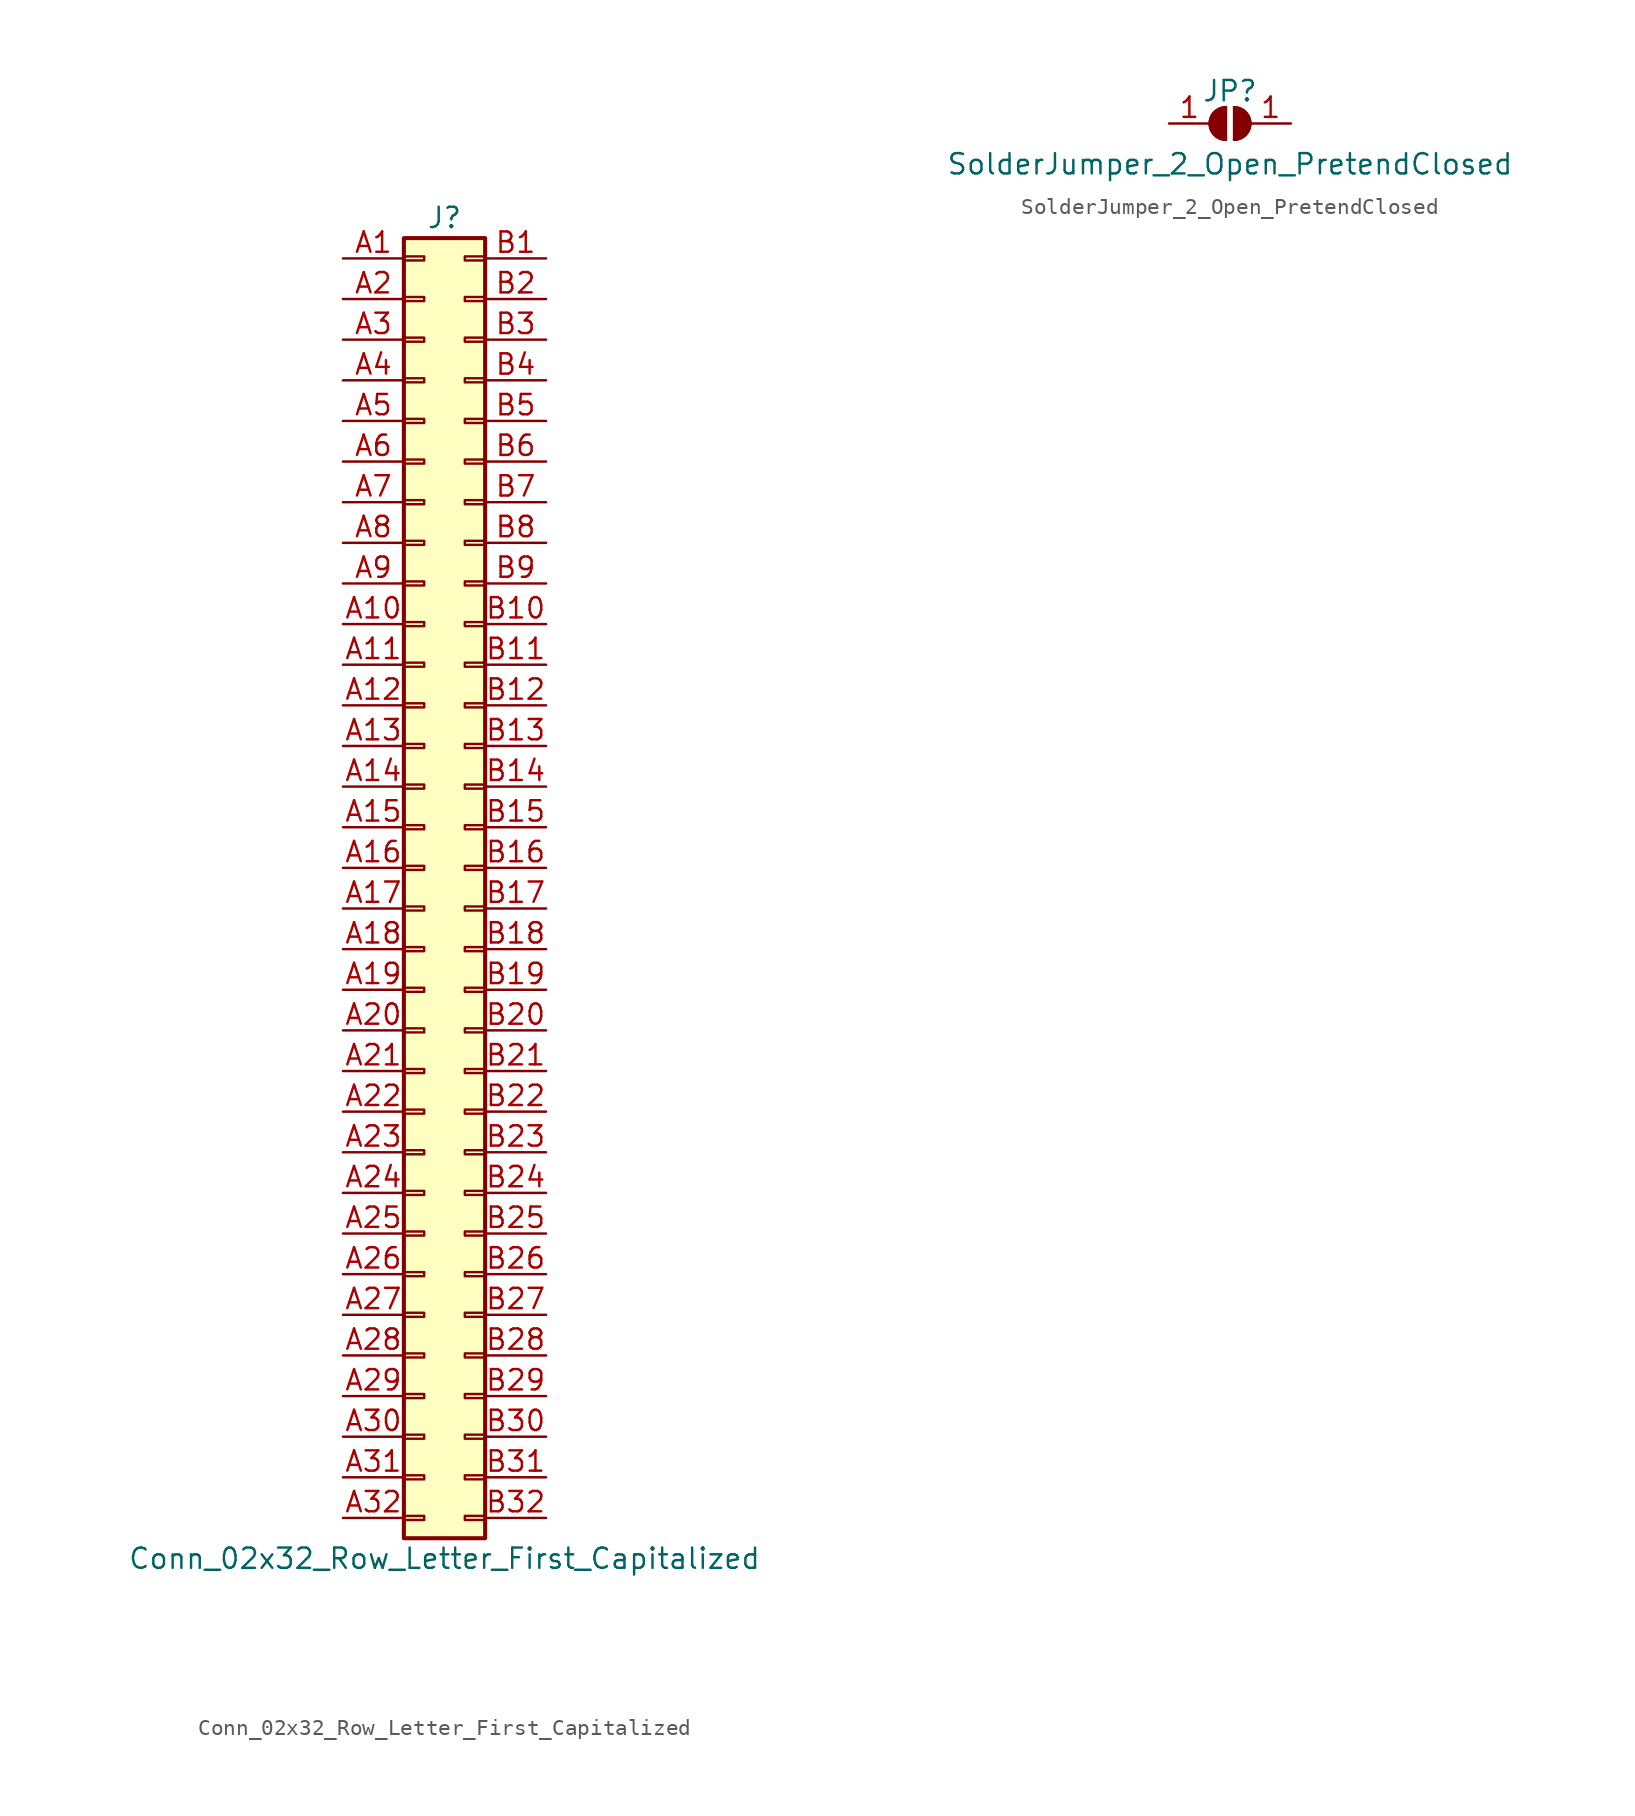
<source format=kicad_sym>
(kicad_symbol_lib
  (version 20220914)
  (generator kicad_symbol_editor)
  (symbol "Conn_02x32_Row_Letter_First_Capitalized"
    (pin_names
      (offset 1.016) hide)
    (property "Reference" "J"
      (at 1.27 40.64 0)
      (effects (font (size 1.27 1.27))))
    (property "Value" "Conn_02x32_Row_Letter_First_Capitalized"
      (at 1.27 -43.18 0)
      (effects (font (size 1.27 1.27))))
    (symbol "Conn_02x32_Row_Letter_First_Capitalized_1_1"
      (rectangle (start -1.27 -40.513) (end 0 -40.767) (stroke (width 0.152) (type default)) (fill (type none)))
      (rectangle (start -1.27 -37.973) (end 0 -38.227) (stroke (width 0.152) (type default)) (fill (type none)))
      (rectangle (start -1.27 -35.433) (end 0 -35.687) (stroke (width 0.152) (type default)) (fill (type none)))
      (rectangle (start -1.27 -32.893) (end 0 -33.147) (stroke (width 0.152) (type default)) (fill (type none)))
      (rectangle (start -1.27 -30.353) (end 0 -30.607) (stroke (width 0.152) (type default)) (fill (type none)))
      (rectangle (start -1.27 -27.813) (end 0 -28.067) (stroke (width 0.152) (type default)) (fill (type none)))
      (rectangle (start -1.27 -25.273) (end 0 -25.527) (stroke (width 0.152) (type default)) (fill (type none)))
      (rectangle (start -1.27 -22.733) (end 0 -22.987) (stroke (width 0.152) (type default)) (fill (type none)))
      (rectangle (start -1.27 -20.193) (end 0 -20.447) (stroke (width 0.152) (type default)) (fill (type none)))
      (rectangle (start -1.27 -17.653) (end 0 -17.907) (stroke (width 0.152) (type default)) (fill (type none)))
      (rectangle (start -1.27 -15.113) (end 0 -15.367) (stroke (width 0.152) (type default)) (fill (type none)))
      (rectangle (start -1.27 -12.573) (end 0 -12.827) (stroke (width 0.152) (type default)) (fill (type none)))
      (rectangle (start -1.27 -10.033) (end 0 -10.287) (stroke (width 0.152) (type default)) (fill (type none)))
      (rectangle (start -1.27 -7.493) (end 0 -7.747) (stroke (width 0.152) (type default)) (fill (type none)))
      (rectangle (start -1.27 -4.953) (end 0 -5.207) (stroke (width 0.152) (type default)) (fill (type none)))
      (rectangle (start -1.27 -2.413) (end 0 -2.667) (stroke (width 0.152) (type default)) (fill (type none)))
      (rectangle (start -1.27 0.127) (end 0 -0.127) (stroke (width 0.152) (type default)) (fill (type none)))
      (rectangle (start -1.27 2.667) (end 0 2.413) (stroke (width 0.152) (type default)) (fill (type none)))
      (rectangle (start -1.27 5.207) (end 0 4.953) (stroke (width 0.152) (type default)) (fill (type none)))
      (rectangle (start -1.27 7.747) (end 0 7.493) (stroke (width 0.152) (type default)) (fill (type none)))
      (rectangle (start -1.27 10.287) (end 0 10.033) (stroke (width 0.152) (type default)) (fill (type none)))
      (rectangle (start -1.27 12.827) (end 0 12.573) (stroke (width 0.152) (type default)) (fill (type none)))
      (rectangle (start -1.27 15.367) (end 0 15.113) (stroke (width 0.152) (type default)) (fill (type none)))
      (rectangle (start -1.27 17.907) (end 0 17.653) (stroke (width 0.152) (type default)) (fill (type none)))
      (rectangle (start -1.27 20.447) (end 0 20.193) (stroke (width 0.152) (type default)) (fill (type none)))
      (rectangle (start -1.27 22.987) (end 0 22.733) (stroke (width 0.152) (type default)) (fill (type none)))
      (rectangle (start -1.27 25.527) (end 0 25.273) (stroke (width 0.152) (type default)) (fill (type none)))
      (rectangle (start -1.27 28.067) (end 0 27.813) (stroke (width 0.152) (type default)) (fill (type none)))
      (rectangle (start -1.27 30.607) (end 0 30.353) (stroke (width 0.152) (type default)) (fill (type none)))
      (rectangle (start -1.27 33.147) (end 0 32.893) (stroke (width 0.152) (type default)) (fill (type none)))
      (rectangle (start -1.27 35.687) (end 0 35.433) (stroke (width 0.152) (type default)) (fill (type none)))
      (rectangle (start -1.27 38.227) (end 0 37.973) (stroke (width 0.152) (type default)) (fill (type none)))
      (rectangle (start -1.27 39.37) (end 3.81 -41.91) (stroke (width 0.254) (type default)) (fill (type background)))
      (rectangle (start 3.81 -40.513) (end 2.54 -40.767) (stroke (width 0.152) (type default)) (fill (type none)))
      (rectangle (start 3.81 -37.973) (end 2.54 -38.227) (stroke (width 0.152) (type default)) (fill (type none)))
      (rectangle (start 3.81 -35.433) (end 2.54 -35.687) (stroke (width 0.152) (type default)) (fill (type none)))
      (rectangle (start 3.81 -32.893) (end 2.54 -33.147) (stroke (width 0.152) (type default)) (fill (type none)))
      (rectangle (start 3.81 -30.353) (end 2.54 -30.607) (stroke (width 0.152) (type default)) (fill (type none)))
      (rectangle (start 3.81 -27.813) (end 2.54 -28.067) (stroke (width 0.152) (type default)) (fill (type none)))
      (rectangle (start 3.81 -25.273) (end 2.54 -25.527) (stroke (width 0.152) (type default)) (fill (type none)))
      (rectangle (start 3.81 -22.733) (end 2.54 -22.987) (stroke (width 0.152) (type default)) (fill (type none)))
      (rectangle (start 3.81 -20.193) (end 2.54 -20.447) (stroke (width 0.152) (type default)) (fill (type none)))
      (rectangle (start 3.81 -17.653) (end 2.54 -17.907) (stroke (width 0.152) (type default)) (fill (type none)))
      (rectangle (start 3.81 -15.113) (end 2.54 -15.367) (stroke (width 0.152) (type default)) (fill (type none)))
      (rectangle (start 3.81 -12.573) (end 2.54 -12.827) (stroke (width 0.152) (type default)) (fill (type none)))
      (rectangle (start 3.81 -10.033) (end 2.54 -10.287) (stroke (width 0.152) (type default)) (fill (type none)))
      (rectangle (start 3.81 -7.493) (end 2.54 -7.747) (stroke (width 0.152) (type default)) (fill (type none)))
      (rectangle (start 3.81 -4.953) (end 2.54 -5.207) (stroke (width 0.152) (type default)) (fill (type none)))
      (rectangle (start 3.81 -2.413) (end 2.54 -2.667) (stroke (width 0.152) (type default)) (fill (type none)))
      (rectangle (start 3.81 0.127) (end 2.54 -0.127) (stroke (width 0.152) (type default)) (fill (type none)))
      (rectangle (start 3.81 2.667) (end 2.54 2.413) (stroke (width 0.152) (type default)) (fill (type none)))
      (rectangle (start 3.81 5.207) (end 2.54 4.953) (stroke (width 0.152) (type default)) (fill (type none)))
      (rectangle (start 3.81 7.747) (end 2.54 7.493) (stroke (width 0.152) (type default)) (fill (type none)))
      (rectangle (start 3.81 10.287) (end 2.54 10.033) (stroke (width 0.152) (type default)) (fill (type none)))
      (rectangle (start 3.81 12.827) (end 2.54 12.573) (stroke (width 0.152) (type default)) (fill (type none)))
      (rectangle (start 3.81 15.367) (end 2.54 15.113) (stroke (width 0.152) (type default)) (fill (type none)))
      (rectangle (start 3.81 17.907) (end 2.54 17.653) (stroke (width 0.152) (type default)) (fill (type none)))
      (rectangle (start 3.81 20.447) (end 2.54 20.193) (stroke (width 0.152) (type default)) (fill (type none)))
      (rectangle (start 3.81 22.987) (end 2.54 22.733) (stroke (width 0.152) (type default)) (fill (type none)))
      (rectangle (start 3.81 25.527) (end 2.54 25.273) (stroke (width 0.152) (type default)) (fill (type none)))
      (rectangle (start 3.81 28.067) (end 2.54 27.813) (stroke (width 0.152) (type default)) (fill (type none)))
      (rectangle (start 3.81 30.607) (end 2.54 30.353) (stroke (width 0.152) (type default)) (fill (type none)))
      (rectangle (start 3.81 33.147) (end 2.54 32.893) (stroke (width 0.152) (type default)) (fill (type none)))
      (rectangle (start 3.81 35.687) (end 2.54 35.433) (stroke (width 0.152) (type default)) (fill (type none)))
      (rectangle (start 3.81 38.227) (end 2.54 37.973) (stroke (width 0.152) (type default)) (fill (type none)))
      (pin passive line (at -5.08 38.1 0) (length 3.81) (name "Pin_a1" (effects (font (size 1.27 1.27)))) (number "A1" (effects (font (size 1.27 1.27)))))
      (pin passive line (at -5.08 15.24 0) (length 3.81) (name "Pin_a10" (effects (font (size 1.27 1.27)))) (number "A10" (effects (font (size 1.27 1.27)))))
      (pin passive line (at -5.08 12.7 0) (length 3.81) (name "Pin_a11" (effects (font (size 1.27 1.27)))) (number "A11" (effects (font (size 1.27 1.27)))))
      (pin passive line (at -5.08 10.16 0) (length 3.81) (name "Pin_a12" (effects (font (size 1.27 1.27)))) (number "A12" (effects (font (size 1.27 1.27)))))
      (pin passive line (at -5.08 7.62 0) (length 3.81) (name "Pin_a13" (effects (font (size 1.27 1.27)))) (number "A13" (effects (font (size 1.27 1.27)))))
      (pin passive line (at -5.08 5.08 0) (length 3.81) (name "Pin_a14" (effects (font (size 1.27 1.27)))) (number "A14" (effects (font (size 1.27 1.27)))))
      (pin passive line (at -5.08 2.54 0) (length 3.81) (name "Pin_a15" (effects (font (size 1.27 1.27)))) (number "A15" (effects (font (size 1.27 1.27)))))
      (pin passive line (at -5.08 0 0) (length 3.81) (name "Pin_a16" (effects (font (size 1.27 1.27)))) (number "A16" (effects (font (size 1.27 1.27)))))
      (pin passive line (at -5.08 -2.54 0) (length 3.81) (name "Pin_a17" (effects (font (size 1.27 1.27)))) (number "A17" (effects (font (size 1.27 1.27)))))
      (pin passive line (at -5.08 -5.08 0) (length 3.81) (name "Pin_a18" (effects (font (size 1.27 1.27)))) (number "A18" (effects (font (size 1.27 1.27)))))
      (pin passive line (at -5.08 -7.62 0) (length 3.81) (name "Pin_a19" (effects (font (size 1.27 1.27)))) (number "A19" (effects (font (size 1.27 1.27)))))
      (pin passive line (at -5.08 35.56 0) (length 3.81) (name "Pin_a2" (effects (font (size 1.27 1.27)))) (number "A2" (effects (font (size 1.27 1.27)))))
      (pin passive line (at -5.08 -10.16 0) (length 3.81) (name "Pin_a20" (effects (font (size 1.27 1.27)))) (number "A20" (effects (font (size 1.27 1.27)))))
      (pin passive line (at -5.08 -12.7 0) (length 3.81) (name "Pin_a21" (effects (font (size 1.27 1.27)))) (number "A21" (effects (font (size 1.27 1.27)))))
      (pin passive line (at -5.08 -15.24 0) (length 3.81) (name "Pin_a22" (effects (font (size 1.27 1.27)))) (number "A22" (effects (font (size 1.27 1.27)))))
      (pin passive line (at -5.08 -17.78 0) (length 3.81) (name "Pin_a23" (effects (font (size 1.27 1.27)))) (number "A23" (effects (font (size 1.27 1.27)))))
      (pin passive line (at -5.08 -20.32 0) (length 3.81) (name "Pin_a24" (effects (font (size 1.27 1.27)))) (number "A24" (effects (font (size 1.27 1.27)))))
      (pin passive line (at -5.08 -22.86 0) (length 3.81) (name "Pin_a25" (effects (font (size 1.27 1.27)))) (number "A25" (effects (font (size 1.27 1.27)))))
      (pin passive line (at -5.08 -25.4 0) (length 3.81) (name "Pin_a26" (effects (font (size 1.27 1.27)))) (number "A26" (effects (font (size 1.27 1.27)))))
      (pin passive line (at -5.08 -27.94 0) (length 3.81) (name "Pin_a27" (effects (font (size 1.27 1.27)))) (number "A27" (effects (font (size 1.27 1.27)))))
      (pin passive line (at -5.08 -30.48 0) (length 3.81) (name "Pin_a28" (effects (font (size 1.27 1.27)))) (number "A28" (effects (font (size 1.27 1.27)))))
      (pin passive line (at -5.08 -33.02 0) (length 3.81) (name "Pin_a29" (effects (font (size 1.27 1.27)))) (number "A29" (effects (font (size 1.27 1.27)))))
      (pin passive line (at -5.08 33.02 0) (length 3.81) (name "Pin_a3" (effects (font (size 1.27 1.27)))) (number "A3" (effects (font (size 1.27 1.27)))))
      (pin passive line (at -5.08 -35.56 0) (length 3.81) (name "Pin_a30" (effects (font (size 1.27 1.27)))) (number "A30" (effects (font (size 1.27 1.27)))))
      (pin passive line (at -5.08 -38.1 0) (length 3.81) (name "Pin_a31" (effects (font (size 1.27 1.27)))) (number "A31" (effects (font (size 1.27 1.27)))))
      (pin passive line (at -5.08 -40.64 0) (length 3.81) (name "Pin_a32" (effects (font (size 1.27 1.27)))) (number "A32" (effects (font (size 1.27 1.27)))))
      (pin passive line (at -5.08 30.48 0) (length 3.81) (name "Pin_a4" (effects (font (size 1.27 1.27)))) (number "A4" (effects (font (size 1.27 1.27)))))
      (pin passive line (at -5.08 27.94 0) (length 3.81) (name "Pin_a5" (effects (font (size 1.27 1.27)))) (number "A5" (effects (font (size 1.27 1.27)))))
      (pin passive line (at -5.08 25.4 0) (length 3.81) (name "Pin_a6" (effects (font (size 1.27 1.27)))) (number "A6" (effects (font (size 1.27 1.27)))))
      (pin passive line (at -5.08 22.86 0) (length 3.81) (name "Pin_a7" (effects (font (size 1.27 1.27)))) (number "A7" (effects (font (size 1.27 1.27)))))
      (pin passive line (at -5.08 20.32 0) (length 3.81) (name "Pin_a8" (effects (font (size 1.27 1.27)))) (number "A8" (effects (font (size 1.27 1.27)))))
      (pin passive line (at -5.08 17.78 0) (length 3.81) (name "Pin_a9" (effects (font (size 1.27 1.27)))) (number "A9" (effects (font (size 1.27 1.27)))))
      (pin passive line (at 7.62 38.1 180) (length 3.81) (name "Pin_b1" (effects (font (size 1.27 1.27)))) (number "B1" (effects (font (size 1.27 1.27)))))
      (pin passive line (at 7.62 15.24 180) (length 3.81) (name "Pin_b10" (effects (font (size 1.27 1.27)))) (number "B10" (effects (font (size 1.27 1.27)))))
      (pin passive line (at 7.62 12.7 180) (length 3.81) (name "Pin_b11" (effects (font (size 1.27 1.27)))) (number "B11" (effects (font (size 1.27 1.27)))))
      (pin passive line (at 7.62 10.16 180) (length 3.81) (name "Pin_b12" (effects (font (size 1.27 1.27)))) (number "B12" (effects (font (size 1.27 1.27)))))
      (pin passive line (at 7.62 7.62 180) (length 3.81) (name "Pin_b13" (effects (font (size 1.27 1.27)))) (number "B13" (effects (font (size 1.27 1.27)))))
      (pin passive line (at 7.62 5.08 180) (length 3.81) (name "Pin_b14" (effects (font (size 1.27 1.27)))) (number "B14" (effects (font (size 1.27 1.27)))))
      (pin passive line (at 7.62 2.54 180) (length 3.81) (name "Pin_b15" (effects (font (size 1.27 1.27)))) (number "B15" (effects (font (size 1.27 1.27)))))
      (pin passive line (at 7.62 0 180) (length 3.81) (name "Pin_b16" (effects (font (size 1.27 1.27)))) (number "B16" (effects (font (size 1.27 1.27)))))
      (pin passive line (at 7.62 -2.54 180) (length 3.81) (name "Pin_b17" (effects (font (size 1.27 1.27)))) (number "B17" (effects (font (size 1.27 1.27)))))
      (pin passive line (at 7.62 -5.08 180) (length 3.81) (name "Pin_b18" (effects (font (size 1.27 1.27)))) (number "B18" (effects (font (size 1.27 1.27)))))
      (pin passive line (at 7.62 -7.62 180) (length 3.81) (name "Pin_b19" (effects (font (size 1.27 1.27)))) (number "B19" (effects (font (size 1.27 1.27)))))
      (pin passive line (at 7.62 35.56 180) (length 3.81) (name "Pin_b2" (effects (font (size 1.27 1.27)))) (number "B2" (effects (font (size 1.27 1.27)))))
      (pin passive line (at 7.62 -10.16 180) (length 3.81) (name "Pin_b20" (effects (font (size 1.27 1.27)))) (number "B20" (effects (font (size 1.27 1.27)))))
      (pin passive line (at 7.62 -12.7 180) (length 3.81) (name "Pin_b21" (effects (font (size 1.27 1.27)))) (number "B21" (effects (font (size 1.27 1.27)))))
      (pin passive line (at 7.62 -15.24 180) (length 3.81) (name "Pin_b22" (effects (font (size 1.27 1.27)))) (number "B22" (effects (font (size 1.27 1.27)))))
      (pin passive line (at 7.62 -17.78 180) (length 3.81) (name "Pin_b23" (effects (font (size 1.27 1.27)))) (number "B23" (effects (font (size 1.27 1.27)))))
      (pin passive line (at 7.62 -20.32 180) (length 3.81) (name "Pin_b24" (effects (font (size 1.27 1.27)))) (number "B24" (effects (font (size 1.27 1.27)))))
      (pin passive line (at 7.62 -22.86 180) (length 3.81) (name "Pin_b25" (effects (font (size 1.27 1.27)))) (number "B25" (effects (font (size 1.27 1.27)))))
      (pin passive line (at 7.62 -25.4 180) (length 3.81) (name "Pin_b26" (effects (font (size 1.27 1.27)))) (number "B26" (effects (font (size 1.27 1.27)))))
      (pin passive line (at 7.62 -27.94 180) (length 3.81) (name "Pin_b27" (effects (font (size 1.27 1.27)))) (number "B27" (effects (font (size 1.27 1.27)))))
      (pin passive line (at 7.62 -30.48 180) (length 3.81) (name "Pin_b28" (effects (font (size 1.27 1.27)))) (number "B28" (effects (font (size 1.27 1.27)))))
      (pin passive line (at 7.62 -33.02 180) (length 3.81) (name "Pin_b29" (effects (font (size 1.27 1.27)))) (number "B29" (effects (font (size 1.27 1.27)))))
      (pin passive line (at 7.62 33.02 180) (length 3.81) (name "Pin_b3" (effects (font (size 1.27 1.27)))) (number "B3" (effects (font (size 1.27 1.27)))))
      (pin passive line (at 7.62 -35.56 180) (length 3.81) (name "Pin_b30" (effects (font (size 1.27 1.27)))) (number "B30" (effects (font (size 1.27 1.27)))))
      (pin passive line (at 7.62 -38.1 180) (length 3.81) (name "Pin_b31" (effects (font (size 1.27 1.27)))) (number "B31" (effects (font (size 1.27 1.27)))))
      (pin passive line (at 7.62 -40.64 180) (length 3.81) (name "Pin_b32" (effects (font (size 1.27 1.27)))) (number "B32" (effects (font (size 1.27 1.27)))))
      (pin passive line (at 7.62 30.48 180) (length 3.81) (name "Pin_b4" (effects (font (size 1.27 1.27)))) (number "B4" (effects (font (size 1.27 1.27)))))
      (pin passive line (at 7.62 27.94 180) (length 3.81) (name "Pin_b5" (effects (font (size 1.27 1.27)))) (number "B5" (effects (font (size 1.27 1.27)))))
      (pin passive line (at 7.62 25.4 180) (length 3.81) (name "Pin_b6" (effects (font (size 1.27 1.27)))) (number "B6" (effects (font (size 1.27 1.27)))))
      (pin passive line (at 7.62 22.86 180) (length 3.81) (name "Pin_b7" (effects (font (size 1.27 1.27)))) (number "B7" (effects (font (size 1.27 1.27)))))
      (pin passive line (at 7.62 20.32 180) (length 3.81) (name "Pin_b8" (effects (font (size 1.27 1.27)))) (number "B8" (effects (font (size 1.27 1.27)))))
      (pin passive line (at 7.62 17.78 180) (length 3.81) (name "Pin_b9" (effects (font (size 1.27 1.27)))) (number "B9" (effects (font (size 1.27 1.27)))))))
  (symbol "SolderJumper_2_Open_PretendClosed"
    (pin_names
      (offset 0) hide)
    (property "Reference" "JP"
      (at 0 2.032 0)
      (effects (font (size 1.27 1.27))))
    (property "Value" "SolderJumper_2_Open_PretendClosed"
      (at 0 -2.54 0)
      (effects (font (size 1.27 1.27))))
    (symbol "SolderJumper_2_Open_PretendClosed_0_1"
      (arc (start -0.254 1.016) (mid -1.2656 0) (end -0.254 -1.016) (stroke (width 0) (type default)) (fill (type none)))
      (arc (start -0.254 1.016) (mid -1.2656 0) (end -0.254 -1.016) (stroke (width 0) (type default)) (fill (type outline)))
      (polyline (pts (xy -0.254 1.016) (xy -0.254 -1.016)) (stroke (width 0) (type default)) (fill (type none)))
      (polyline (pts (xy 0.254 1.016) (xy 0.254 -1.016)) (stroke (width 0) (type default)) (fill (type none)))
      (arc (start 0.254 -1.016) (mid 1.2656 0) (end 0.254 1.016) (stroke (width 0) (type default)) (fill (type none)))
      (arc (start 0.254 -1.016) (mid 1.2656 0) (end 0.254 1.016) (stroke (width 0) (type default)) (fill (type outline))))
    (symbol "SolderJumper_2_Open_PretendClosed_1_1"
      (pin passive line (at -3.81 0 0) (length 2.54) (name "A" (effects (font (size 1.27 1.27)))) (number "1" (effects (font (size 1.27 1.27)))))
      (pin passive line (at 3.81 0 180) (length 2.54) (name "A" (effects (font (size 1.27 1.27)))) (number "1" (effects (font (size 1.27 1.27))))))))
</source>
